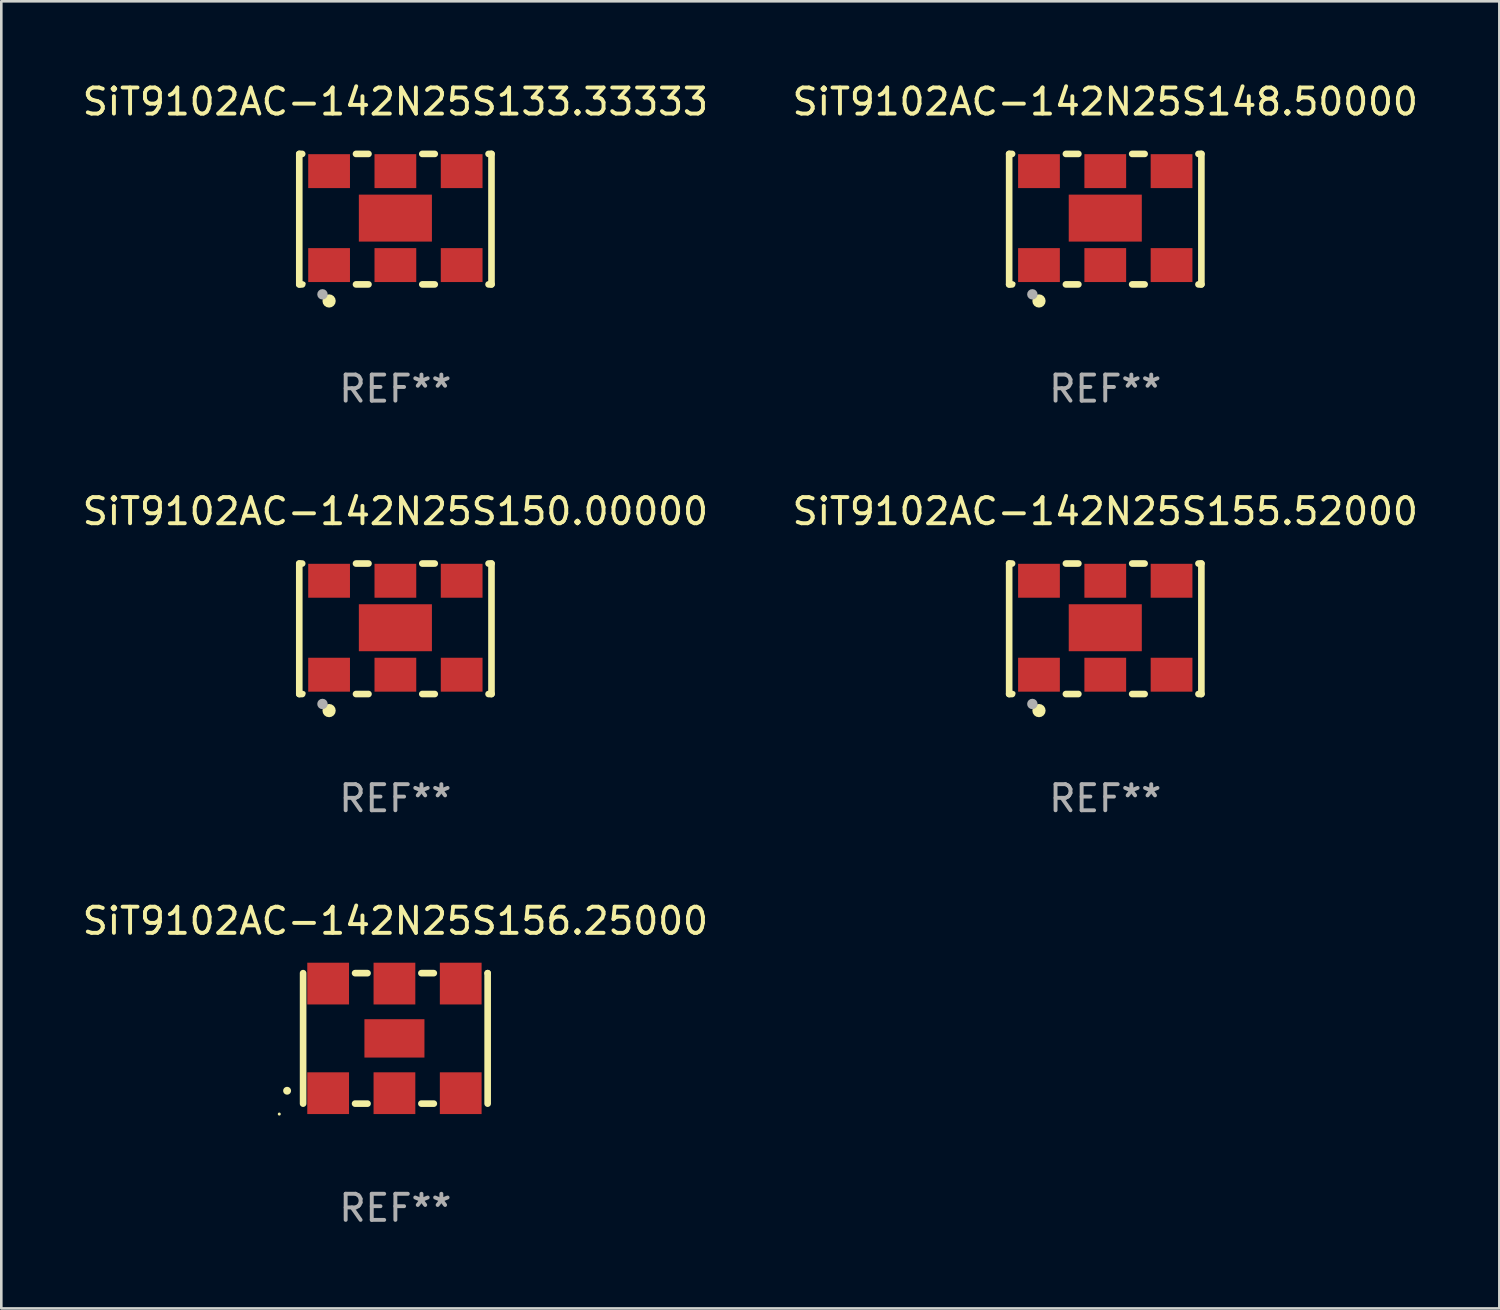
<source format=kicad_pcb>
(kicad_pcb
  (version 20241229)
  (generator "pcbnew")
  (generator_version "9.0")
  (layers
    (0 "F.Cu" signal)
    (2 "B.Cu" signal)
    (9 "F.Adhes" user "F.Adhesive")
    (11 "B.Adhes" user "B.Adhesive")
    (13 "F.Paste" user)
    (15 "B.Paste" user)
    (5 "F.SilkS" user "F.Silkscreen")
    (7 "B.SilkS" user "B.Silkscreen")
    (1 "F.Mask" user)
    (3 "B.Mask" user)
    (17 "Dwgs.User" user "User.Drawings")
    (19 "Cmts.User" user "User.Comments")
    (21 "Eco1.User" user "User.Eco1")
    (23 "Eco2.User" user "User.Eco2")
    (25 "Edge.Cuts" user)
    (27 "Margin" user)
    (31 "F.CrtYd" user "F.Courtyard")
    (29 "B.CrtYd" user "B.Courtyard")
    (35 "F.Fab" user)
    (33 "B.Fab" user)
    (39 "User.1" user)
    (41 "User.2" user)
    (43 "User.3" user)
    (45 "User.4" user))
  (footprint "SiT9102AC-142N25S150.00000"
    (layer "F.Cu")
    (at 12.101 21.045)
    (property "Reference" "SiT9102AC-142N25S150.00000" (at 0 -4.5 0) (layer "F.SilkS") (effects (font (size 1 1) (thickness 0.15))))
    (attr through_hole)
    (fp_line (start -3.683 -2.5) (end -3.571 -2.5) (stroke (width 0.254) (type solid)) (layer "F.SilkS"))
    (fp_line (start -3.683 2.5) (end -3.683 -2.5) (stroke (width 0.254) (type solid)) (layer "F.SilkS"))
    (fp_line (start -3.683 2.5) (end -3.571 2.5) (stroke (width 0.254) (type solid)) (layer "F.SilkS"))
    (fp_line (start -1.509 -2.5) (end -1.031 -2.5) (stroke (width 0.254) (type solid)) (layer "F.SilkS"))
    (fp_line (start -1.509 2.5) (end -1.031 2.5) (stroke (width 0.254) (type solid)) (layer "F.SilkS"))
    (fp_line (start 1.031 -2.5) (end 1.509 -2.5) (stroke (width 0.254) (type solid)) (layer "F.SilkS"))
    (fp_line (start 1.031 2.5) (end 1.509 2.5) (stroke (width 0.254) (type solid)) (layer "F.SilkS"))
    (fp_line (start 3.571 -2.5) (end 3.683 -2.5) (stroke (width 0.254) (type solid)) (layer "F.SilkS"))
    (fp_line (start 3.571 2.5) (end 3.683 2.5) (stroke (width 0.254) (type solid)) (layer "F.SilkS"))
    (fp_line (start 3.683 2.5) (end 3.683 -2.5) (stroke (width 0.254) (type solid)) (layer "F.SilkS"))
    (fp_circle (center -3.5 2.46) (end -3.47 2.46) (stroke (width 0.06) (type solid)) (fill no) (layer "F.SilkS"))
    (fp_circle (center -2.54 3.135) (end -2.413 3.135) (stroke (width 0.254) (type solid)) (fill no) (layer "F.SilkS"))
    (fp_circle (center -2.794 2.881) (end -2.694 2.881) (stroke (width 0.2) (type solid)) (fill no) (layer "F.Fab"))
    (fp_text user "REF**" (at 0 6.5 0) (layer "F.Fab") (effects (font (size 1 1) (thickness 0.15))))
    (pad "1" smd rect (at -2.54 1.76) (size 1.6 1.3) (layers "F.Cu" "F.Mask" "F.Paste"))
    (pad "2" smd rect (at 0 1.76) (size 1.6 1.3) (layers "F.Cu" "F.Mask" "F.Paste"))
    (pad "3" smd rect (at 2.54 1.76) (size 1.6 1.3) (layers "F.Cu" "F.Mask" "F.Paste"))
    (pad "4" smd rect (at 2.54 -1.84) (size 1.6 1.3) (layers "F.Cu" "F.Mask" "F.Paste"))
    (pad "5" smd rect (at 0 -1.84) (size 1.6 1.3) (layers "F.Cu" "F.Mask" "F.Paste"))
    (pad "6" smd rect (at -2.54 -1.84) (size 1.6 1.3) (layers "F.Cu" "F.Mask" "F.Paste"))
    (pad "7" smd rect (at 0 -0.04) (size 2.8 1.8) (layers "F.Cu" "F.Mask" "F.Paste")))
  (footprint "SiT9102AC-142N25S155.52000"
    (layer "F.Cu")
    (at 39.304 21.045)
    (property "Reference" "SiT9102AC-142N25S155.52000" (at 0 -4.5 0) (layer "F.SilkS") (effects (font (size 1 1) (thickness 0.15))))
    (attr through_hole)
    (fp_line (start -3.683 -2.5) (end -3.571 -2.5) (stroke (width 0.254) (type solid)) (layer "F.SilkS"))
    (fp_line (start -3.683 2.5) (end -3.683 -2.5) (stroke (width 0.254) (type solid)) (layer "F.SilkS"))
    (fp_line (start -3.683 2.5) (end -3.571 2.5) (stroke (width 0.254) (type solid)) (layer "F.SilkS"))
    (fp_line (start -1.509 -2.5) (end -1.031 -2.5) (stroke (width 0.254) (type solid)) (layer "F.SilkS"))
    (fp_line (start -1.509 2.5) (end -1.031 2.5) (stroke (width 0.254) (type solid)) (layer "F.SilkS"))
    (fp_line (start 1.031 -2.5) (end 1.509 -2.5) (stroke (width 0.254) (type solid)) (layer "F.SilkS"))
    (fp_line (start 1.031 2.5) (end 1.509 2.5) (stroke (width 0.254) (type solid)) (layer "F.SilkS"))
    (fp_line (start 3.571 -2.5) (end 3.683 -2.5) (stroke (width 0.254) (type solid)) (layer "F.SilkS"))
    (fp_line (start 3.571 2.5) (end 3.683 2.5) (stroke (width 0.254) (type solid)) (layer "F.SilkS"))
    (fp_line (start 3.683 2.5) (end 3.683 -2.5) (stroke (width 0.254) (type solid)) (layer "F.SilkS"))
    (fp_circle (center -3.5 2.46) (end -3.47 2.46) (stroke (width 0.06) (type solid)) (fill no) (layer "F.SilkS"))
    (fp_circle (center -2.54 3.135) (end -2.413 3.135) (stroke (width 0.254) (type solid)) (fill no) (layer "F.SilkS"))
    (fp_circle (center -2.794 2.881) (end -2.694 2.881) (stroke (width 0.2) (type solid)) (fill no) (layer "F.Fab"))
    (fp_text user "REF**" (at 0 6.5 0) (layer "F.Fab") (effects (font (size 1 1) (thickness 0.15))))
    (pad "1" smd rect (at -2.54 1.76) (size 1.6 1.3) (layers "F.Cu" "F.Mask" "F.Paste"))
    (pad "2" smd rect (at 0 1.76) (size 1.6 1.3) (layers "F.Cu" "F.Mask" "F.Paste"))
    (pad "3" smd rect (at 2.54 1.76) (size 1.6 1.3) (layers "F.Cu" "F.Mask" "F.Paste"))
    (pad "4" smd rect (at 2.54 -1.84) (size 1.6 1.3) (layers "F.Cu" "F.Mask" "F.Paste"))
    (pad "5" smd rect (at 0 -1.84) (size 1.6 1.3) (layers "F.Cu" "F.Mask" "F.Paste"))
    (pad "6" smd rect (at -2.54 -1.84) (size 1.6 1.3) (layers "F.Cu" "F.Mask" "F.Paste"))
    (pad "7" smd rect (at 0 -0.04) (size 2.8 1.8) (layers "F.Cu" "F.Mask" "F.Paste")))
  (footprint "SiT9102AC-142N25S156.25000"
    (layer "F.Cu")
    (at 12.101 36.741)
    (property "Reference" "SiT9102AC-142N25S156.25000" (at 0 -4.5 0) (layer "F.SilkS") (effects (font (size 1 1) (thickness 0.15))))
    (attr through_hole)
    (fp_line (start -3.536 -2.5) (end -3.536 2.5) (stroke (width 0.254) (type solid)) (layer "F.SilkS"))
    (fp_line (start -1.544 2.5) (end -1.067 2.5) (stroke (width 0.254) (type solid)) (layer "F.SilkS"))
    (fp_line (start -1.067 -2.5) (end -1.544 -2.5) (stroke (width 0.254) (type solid)) (layer "F.SilkS"))
    (fp_line (start 0.996 2.5) (end 1.473 2.5) (stroke (width 0.254) (type solid)) (layer "F.SilkS"))
    (fp_line (start 1.473 -2.5) (end 0.996 -2.5) (stroke (width 0.254) (type solid)) (layer "F.SilkS"))
    (fp_line (start 3.536 -2.5) (end 3.536 -2.5) (stroke (width 0.254) (type solid)) (layer "F.SilkS"))
    (fp_line (start 3.536 2.5) (end 3.536 -2.5) (stroke (width 0.254) (type solid)) (layer "F.SilkS"))
    (fp_arc (start -4.150432 2.006604) (mid -4.149162 2.006599) (end -4.147892 2.006604) (stroke (width 0.3) (type solid)) (layer "F.SilkS"))
    (fp_circle (center -4.449 2.9) (end -4.419 2.9) (stroke (width 0.06) (type solid)) (fill no) (layer "F.SilkS"))
    (fp_text user "REF**" (at 0 6.5 0) (layer "F.Fab") (effects (font (size 1 1) (thickness 0.15))))
    (pad "1" smd rect (at -2.576 2.1) (size 1.6 1.6) (layers "F.Cu" "F.Mask" "F.Paste"))
    (pad "2" smd rect (at -0.036 2.1) (size 1.6 1.6) (layers "F.Cu" "F.Mask" "F.Paste"))
    (pad "3" smd rect (at 2.504 2.1) (size 1.6 1.6) (layers "F.Cu" "F.Mask" "F.Paste"))
    (pad "4" smd rect (at 2.504 -2.1) (size 1.6 1.6) (layers "F.Cu" "F.Mask" "F.Paste"))
    (pad "5" smd rect (at -0.036 -2.1) (size 1.6 1.6) (layers "F.Cu" "F.Mask" "F.Paste"))
    (pad "6" smd rect (at -2.576 -2.1) (size 1.6 1.6) (layers "F.Cu" "F.Mask" "F.Paste"))
    (pad "7" smd rect (at -0.036 0) (size 2.3 1.47) (layers "F.Cu" "F.Mask" "F.Paste")))
  (footprint "SiT9102AC-142N25S148.50000"
    (layer "F.Cu")
    (at 39.304 5.348)
    (property "Reference" "SiT9102AC-142N25S148.50000" (at 0 -4.5 0) (layer "F.SilkS") (effects (font (size 1 1) (thickness 0.15))))
    (attr through_hole)
    (fp_line (start -3.683 -2.5) (end -3.571 -2.5) (stroke (width 0.254) (type solid)) (layer "F.SilkS"))
    (fp_line (start -3.683 2.5) (end -3.683 -2.5) (stroke (width 0.254) (type solid)) (layer "F.SilkS"))
    (fp_line (start -3.683 2.5) (end -3.571 2.5) (stroke (width 0.254) (type solid)) (layer "F.SilkS"))
    (fp_line (start -1.509 -2.5) (end -1.031 -2.5) (stroke (width 0.254) (type solid)) (layer "F.SilkS"))
    (fp_line (start -1.509 2.5) (end -1.031 2.5) (stroke (width 0.254) (type solid)) (layer "F.SilkS"))
    (fp_line (start 1.031 -2.5) (end 1.509 -2.5) (stroke (width 0.254) (type solid)) (layer "F.SilkS"))
    (fp_line (start 1.031 2.5) (end 1.509 2.5) (stroke (width 0.254) (type solid)) (layer "F.SilkS"))
    (fp_line (start 3.571 -2.5) (end 3.683 -2.5) (stroke (width 0.254) (type solid)) (layer "F.SilkS"))
    (fp_line (start 3.571 2.5) (end 3.683 2.5) (stroke (width 0.254) (type solid)) (layer "F.SilkS"))
    (fp_line (start 3.683 2.5) (end 3.683 -2.5) (stroke (width 0.254) (type solid)) (layer "F.SilkS"))
    (fp_circle (center -3.5 2.46) (end -3.47 2.46) (stroke (width 0.06) (type solid)) (fill no) (layer "F.SilkS"))
    (fp_circle (center -2.54 3.135) (end -2.413 3.135) (stroke (width 0.254) (type solid)) (fill no) (layer "F.SilkS"))
    (fp_circle (center -2.794 2.881) (end -2.694 2.881) (stroke (width 0.2) (type solid)) (fill no) (layer "F.Fab"))
    (fp_text user "REF**" (at 0 6.5 0) (layer "F.Fab") (effects (font (size 1 1) (thickness 0.15))))
    (pad "1" smd rect (at -2.54 1.76) (size 1.6 1.3) (layers "F.Cu" "F.Mask" "F.Paste"))
    (pad "2" smd rect (at 0 1.76) (size 1.6 1.3) (layers "F.Cu" "F.Mask" "F.Paste"))
    (pad "3" smd rect (at 2.54 1.76) (size 1.6 1.3) (layers "F.Cu" "F.Mask" "F.Paste"))
    (pad "4" smd rect (at 2.54 -1.84) (size 1.6 1.3) (layers "F.Cu" "F.Mask" "F.Paste"))
    (pad "5" smd rect (at 0 -1.84) (size 1.6 1.3) (layers "F.Cu" "F.Mask" "F.Paste"))
    (pad "6" smd rect (at -2.54 -1.84) (size 1.6 1.3) (layers "F.Cu" "F.Mask" "F.Paste"))
    (pad "7" smd rect (at 0 -0.04) (size 2.8 1.8) (layers "F.Cu" "F.Mask" "F.Paste")))
  (footprint "SiT9102AC-142N25S133.33333"
    (layer "F.Cu")
    (at 12.101 5.348)
    (property "Reference" "SiT9102AC-142N25S133.33333" (at 0 -4.5 0) (layer "F.SilkS") (effects (font (size 1 1) (thickness 0.15))))
    (attr through_hole)
    (fp_line (start -3.683 -2.5) (end -3.571 -2.5) (stroke (width 0.254) (type solid)) (layer "F.SilkS"))
    (fp_line (start -3.683 2.5) (end -3.683 -2.5) (stroke (width 0.254) (type solid)) (layer "F.SilkS"))
    (fp_line (start -3.683 2.5) (end -3.571 2.5) (stroke (width 0.254) (type solid)) (layer "F.SilkS"))
    (fp_line (start -1.509 -2.5) (end -1.031 -2.5) (stroke (width 0.254) (type solid)) (layer "F.SilkS"))
    (fp_line (start -1.509 2.5) (end -1.031 2.5) (stroke (width 0.254) (type solid)) (layer "F.SilkS"))
    (fp_line (start 1.031 -2.5) (end 1.509 -2.5) (stroke (width 0.254) (type solid)) (layer "F.SilkS"))
    (fp_line (start 1.031 2.5) (end 1.509 2.5) (stroke (width 0.254) (type solid)) (layer "F.SilkS"))
    (fp_line (start 3.571 -2.5) (end 3.683 -2.5) (stroke (width 0.254) (type solid)) (layer "F.SilkS"))
    (fp_line (start 3.571 2.5) (end 3.683 2.5) (stroke (width 0.254) (type solid)) (layer "F.SilkS"))
    (fp_line (start 3.683 2.5) (end 3.683 -2.5) (stroke (width 0.254) (type solid)) (layer "F.SilkS"))
    (fp_circle (center -3.5 2.46) (end -3.47 2.46) (stroke (width 0.06) (type solid)) (fill no) (layer "F.SilkS"))
    (fp_circle (center -2.54 3.135) (end -2.413 3.135) (stroke (width 0.254) (type solid)) (fill no) (layer "F.SilkS"))
    (fp_circle (center -2.794 2.881) (end -2.694 2.881) (stroke (width 0.2) (type solid)) (fill no) (layer "F.Fab"))
    (fp_text user "REF**" (at 0 6.5 0) (layer "F.Fab") (effects (font (size 1 1) (thickness 0.15))))
    (pad "1" smd rect (at -2.54 1.76) (size 1.6 1.3) (layers "F.Cu" "F.Mask" "F.Paste"))
    (pad "2" smd rect (at 0 1.76) (size 1.6 1.3) (layers "F.Cu" "F.Mask" "F.Paste"))
    (pad "3" smd rect (at 2.54 1.76) (size 1.6 1.3) (layers "F.Cu" "F.Mask" "F.Paste"))
    (pad "4" smd rect (at 2.54 -1.84) (size 1.6 1.3) (layers "F.Cu" "F.Mask" "F.Paste"))
    (pad "5" smd rect (at 0 -1.84) (size 1.6 1.3) (layers "F.Cu" "F.Mask" "F.Paste"))
    (pad "6" smd rect (at -2.54 -1.84) (size 1.6 1.3) (layers "F.Cu" "F.Mask" "F.Paste"))
    (pad "7" smd rect (at 0 -0.04) (size 2.8 1.8) (layers "F.Cu" "F.Mask" "F.Paste")))
  (gr_rect
    (start -3 -3)
    (end 54.405 47.09)
    (stroke (width 0.1) (type default))
    (fill no)
    (layer "Edge.Cuts")))
</source>
